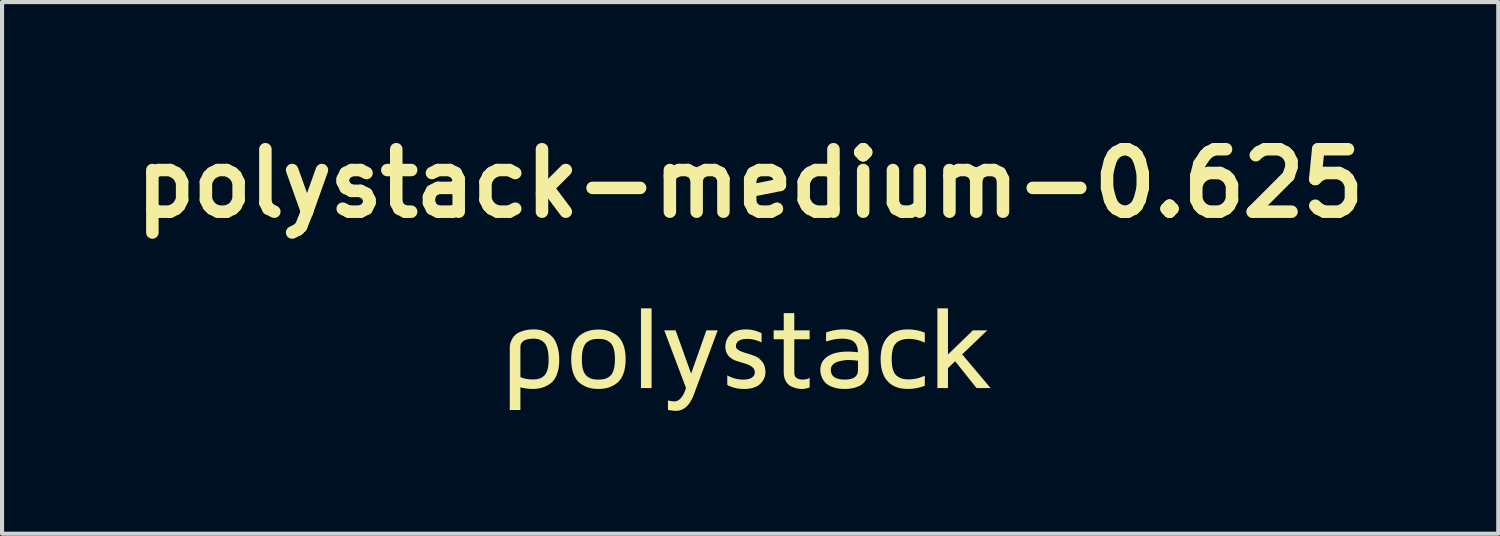
<source format=kicad_pcb>
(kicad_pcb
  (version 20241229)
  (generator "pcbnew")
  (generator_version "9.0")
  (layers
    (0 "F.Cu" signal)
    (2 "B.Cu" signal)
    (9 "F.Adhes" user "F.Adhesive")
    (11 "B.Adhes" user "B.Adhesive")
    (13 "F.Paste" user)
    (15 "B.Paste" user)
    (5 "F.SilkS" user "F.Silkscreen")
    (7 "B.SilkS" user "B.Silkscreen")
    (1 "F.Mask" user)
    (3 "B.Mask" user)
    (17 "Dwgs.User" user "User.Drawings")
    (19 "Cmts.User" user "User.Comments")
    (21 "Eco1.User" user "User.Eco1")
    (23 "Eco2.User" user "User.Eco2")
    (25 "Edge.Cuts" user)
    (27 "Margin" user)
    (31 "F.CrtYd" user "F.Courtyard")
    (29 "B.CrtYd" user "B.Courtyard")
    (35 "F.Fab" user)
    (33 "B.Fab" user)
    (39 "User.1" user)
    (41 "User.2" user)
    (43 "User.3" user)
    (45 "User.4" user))
  (footprint "polystack-medium-0.625"
    (layer "F.Cu")
    (at 15.255 5.724)
    (property "Reference" "polystack-medium-0.625" (at 0 -4.298 0) (layer "F.SilkS") (effects (font (size 1.524 1.524) (thickness 0.305))))
    (attr smd)
    (fp_poly (pts (xy -2.665 0.695) (xy -2.665 -1.25) (xy -2.406 -1.25) (xy -2.406 0.695) (xy -2.665 0.695)) (stroke (width 0) (type solid)) (fill yes) (layer "F.SilkS"))
    (fp_poly (pts (xy 4.568 0.695) (xy 4.568 -1.25) (xy 4.826 -1.25) (xy 4.826 -0.124) (xy 5.435 -0.714) (xy 5.785 -0.714) (xy 5.173 -0.127) (xy 5.866 0.695) (xy 5.523 0.695) (xy 5.001 0.04) (xy 4.826 0.209) (xy 4.826 0.695) (xy 4.568 0.695)) (stroke (width 0) (type solid)) (fill yes) (layer "F.SilkS"))
    (fp_poly (pts (xy 0.573 -0.496) (xy 0.573 -0.714) (xy 0.819 -0.714) (xy 0.819 -1.134) (xy 1.076 -1.134) (xy 1.076 -0.714) (xy 1.451 -0.714) (xy 1.451 -0.496) (xy 1.076 -0.496) (xy 1.076 0.322) (xy 1.077 0.337) (xy 1.078 0.351) (xy 1.08 0.364) (xy 1.083 0.377) (xy 1.087 0.389) (xy 1.092 0.4) (xy 1.097 0.411) (xy 1.104 0.421) (xy 1.111 0.43) (xy 1.119 0.439) (xy 1.128 0.446) (xy 1.138 0.454) (xy 1.149 0.46) (xy 1.161 0.466) (xy 1.173 0.471) (xy 1.186 0.476) (xy 1.2 0.479) (xy 1.216 0.482) (xy 1.231 0.485) (xy 1.248 0.486) (xy 1.266 0.487) (xy 1.284 0.488) (xy 1.287 0.488) (xy 1.306 0.487) (xy 1.325 0.486) (xy 1.342 0.484) (xy 1.36 0.481) (xy 1.376 0.477) (xy 1.392 0.473) (xy 1.408 0.468) (xy 1.423 0.461) (xy 1.437 0.454) (xy 1.451 0.446) (xy 1.451 0.678) (xy 1.435 0.684) (xy 1.419 0.69) (xy 1.403 0.695) (xy 1.387 0.699) (xy 1.371 0.703) (xy 1.355 0.707) (xy 1.339 0.71) (xy 1.322 0.712) (xy 1.306 0.714) (xy 1.29 0.716) (xy 1.274 0.716) (xy 1.258 0.717) (xy 1.251 0.717) (xy 1.237 0.716) (xy 1.222 0.716) (xy 1.206 0.714) (xy 1.191 0.713) (xy 1.175 0.71) (xy 1.159 0.707) (xy 1.142 0.704) (xy 1.129 0.701) (xy 1.116 0.697) (xy 1.101 0.693) (xy 1.086 0.688) (xy 1.071 0.683) (xy 1.055 0.677) (xy 1.038 0.671) (xy 1.021 0.664) (xy 1.003 0.656) (xy 0.989 0.649) (xy 0.975 0.641) (xy 0.962 0.632) (xy 0.949 0.622) (xy 0.936 0.611) (xy 0.924 0.6) (xy 0.913 0.587) (xy 0.902 0.574) (xy 0.891 0.56) (xy 0.881 0.545) (xy 0.871 0.529) (xy 0.864 0.516) (xy 0.857 0.502) (xy 0.851 0.488) (xy 0.845 0.474) (xy 0.84 0.459) (xy 0.836 0.443) (xy 0.832 0.428) (xy 0.828 0.411) (xy 0.825 0.395) (xy 0.823 0.377) (xy 0.821 0.36) (xy 0.82 0.342) (xy 0.819 0.323) (xy 0.819 0.305) (xy 0.819 -0.496) (xy 0.573 -0.496) (xy 0.573 -0.496)) (stroke (width 0) (type solid)) (fill yes) (layer "F.SilkS"))
    (fp_poly (pts (xy -2.097 -0.714) (xy -1.82 -0.714) (xy -1.441 0.342) (xy -1.069 -0.714) (xy -0.792 -0.714) (xy -1.371 0.845) (xy -1.379 0.864) (xy -1.386 0.883) (xy -1.394 0.902) (xy -1.402 0.92) (xy -1.41 0.938) (xy -1.418 0.955) (xy -1.426 0.971) (xy -1.435 0.987) (xy -1.444 1.003) (xy -1.453 1.018) (xy -1.462 1.033) (xy -1.471 1.047) (xy -1.48 1.061) (xy -1.49 1.074) (xy -1.499 1.087) (xy -1.509 1.099) (xy -1.519 1.111) (xy -1.529 1.122) (xy -1.54 1.133) (xy -1.55 1.144) (xy -1.561 1.153) (xy -1.572 1.163) (xy -1.583 1.172) (xy -1.594 1.18) (xy -1.605 1.188) (xy -1.617 1.196) (xy -1.628 1.203) (xy -1.64 1.209) (xy -1.652 1.215) (xy -1.664 1.221) (xy -1.676 1.226) (xy -1.689 1.23) (xy -1.701 1.234) (xy -1.714 1.238) (xy -1.727 1.241) (xy -1.74 1.244) (xy -1.753 1.246) (xy -1.767 1.248) (xy -1.78 1.249) (xy -1.794 1.25) (xy -1.808 1.25) (xy -1.809 1.25) (xy -1.825 1.25) (xy -1.841 1.249) (xy -1.857 1.248) (xy -1.873 1.247) (xy -1.889 1.246) (xy -1.905 1.244) (xy -1.922 1.242) (xy -1.939 1.24) (xy -1.955 1.237) (xy -1.972 1.235) (xy -1.989 1.231) (xy -2.006 1.228) (xy -2.006 0.996) (xy -1.99 1.001) (xy -1.973 1.004) (xy -1.957 1.008) (xy -1.941 1.011) (xy -1.925 1.013) (xy -1.909 1.015) (xy -1.893 1.017) (xy -1.878 1.018) (xy -1.863 1.019) (xy -1.848 1.02) (xy -1.836 1.019) (xy -1.825 1.018) (xy -1.814 1.017) (xy -1.802 1.014) (xy -1.791 1.011) (xy -1.781 1.007) (xy -1.77 1.002) (xy -1.759 0.997) (xy -1.749 0.99) (xy -1.739 0.984) (xy -1.729 0.976) (xy -1.719 0.968) (xy -1.709 0.959) (xy -1.699 0.949) (xy -1.69 0.938) (xy -1.68 0.927) (xy -1.671 0.915) (xy -1.662 0.903) (xy -1.653 0.889) (xy -1.645 0.875) (xy -1.636 0.86) (xy -1.628 0.845) (xy -1.619 0.829) (xy -1.611 0.812) (xy -1.603 0.794) (xy -1.595 0.775) (xy -1.588 0.756) (xy -1.58 0.736) (xy -1.573 0.716) (xy -1.565 0.695) (xy -2.097 -0.714) (xy -2.097 -0.714)) (stroke (width 0) (type solid)) (fill yes) (layer "F.SilkS"))
    (fp_poly (pts (xy 3.354 0.529) (xy 3.345 0.518) (xy 3.335 0.507) (xy 3.326 0.496) (xy 3.317 0.484) (xy 3.309 0.472) (xy 3.301 0.46) (xy 3.293 0.448) (xy 3.285 0.435) (xy 3.278 0.422) (xy 3.27 0.409) (xy 3.264 0.395) (xy 3.257 0.381) (xy 3.251 0.367) (xy 3.245 0.353) (xy 3.239 0.338) (xy 3.234 0.323) (xy 3.228 0.308) (xy 3.224 0.293) (xy 3.219 0.277) (xy 3.215 0.261) (xy 3.211 0.245) (xy 3.207 0.228) (xy 3.203 0.211) (xy 3.2 0.194) (xy 3.197 0.177) (xy 3.195 0.159) (xy 3.192 0.142) (xy 3.19 0.123) (xy 3.188 0.105) (xy 3.187 0.086) (xy 3.186 0.067) (xy 3.185 0.048) (xy 3.184 0.029) (xy 3.183 0.009) (xy 3.183 -0.011) (xy 3.183 -0.031) (xy 3.184 -0.051) (xy 3.185 -0.07) (xy 3.186 -0.089) (xy 3.187 -0.108) (xy 3.188 -0.127) (xy 3.19 -0.145) (xy 3.192 -0.164) (xy 3.195 -0.181) (xy 3.197 -0.199) (xy 3.2 -0.216) (xy 3.203 -0.233) (xy 3.207 -0.25) (xy 3.211 -0.267) (xy 3.215 -0.283) (xy 3.219 -0.299) (xy 3.224 -0.314) (xy 3.228 -0.33) (xy 3.234 -0.345) (xy 3.239 -0.36) (xy 3.245 -0.374) (xy 3.251 -0.389) (xy 3.257 -0.403) (xy 3.264 -0.416) (xy 3.27 -0.43) (xy 3.278 -0.443) (xy 3.285 -0.456) (xy 3.293 -0.469) (xy 3.301 -0.481) (xy 3.309 -0.493) (xy 3.317 -0.505) (xy 3.326 -0.517) (xy 3.335 -0.528) (xy 3.345 -0.539) (xy 3.354 -0.55) (xy 3.365 -0.561) (xy 3.375 -0.572) (xy 3.386 -0.582) (xy 3.398 -0.592) (xy 3.409 -0.602) (xy 3.421 -0.611) (xy 3.433 -0.62) (xy 3.446 -0.629) (xy 3.459 -0.637) (xy 3.471 -0.646) (xy 3.485 -0.653) (xy 3.498 -0.661) (xy 3.512 -0.668) (xy 3.526 -0.674) (xy 3.541 -0.681) (xy 3.555 -0.687) (xy 3.57 -0.692) (xy 3.585 -0.697) (xy 3.601 -0.702) (xy 3.616 -0.707) (xy 3.632 -0.711) (xy 3.649 -0.715) (xy 3.665 -0.719) (xy 3.682 -0.722) (xy 3.699 -0.725) (xy 3.717 -0.728) (xy 3.734 -0.73) (xy 3.752 -0.732) (xy 3.77 -0.733) (xy 3.789 -0.734) (xy 3.808 -0.735) (xy 3.827 -0.736) (xy 3.846 -0.736) (xy 3.863 -0.736) (xy 3.88 -0.735) (xy 3.897 -0.735) (xy 3.915 -0.734) (xy 3.931 -0.733) (xy 3.948 -0.731) (xy 3.965 -0.73) (xy 3.982 -0.728) (xy 3.999 -0.726) (xy 4.016 -0.723) (xy 4.032 -0.721) (xy 4.049 -0.718) (xy 4.066 -0.715) (xy 4.082 -0.711) (xy 4.099 -0.708) (xy 4.115 -0.704) (xy 4.131 -0.7) (xy 4.148 -0.695) (xy 4.164 -0.691) (xy 4.18 -0.686) (xy 4.197 -0.68) (xy 4.213 -0.675) (xy 4.229 -0.669) (xy 4.245 -0.663) (xy 4.261 -0.657) (xy 4.261 -0.412) (xy 4.245 -0.42) (xy 4.229 -0.427) (xy 4.213 -0.434) (xy 4.197 -0.44) (xy 4.181 -0.446) (xy 4.165 -0.452) (xy 4.149 -0.458) (xy 4.133 -0.463) (xy 4.117 -0.468) (xy 4.101 -0.473) (xy 4.084 -0.477) (xy 4.068 -0.481) (xy 4.052 -0.485) (xy 4.036 -0.488) (xy 4.02 -0.491) (xy 4.004 -0.494) (xy 3.987 -0.497) (xy 3.971 -0.499) (xy 3.955 -0.5) (xy 3.939 -0.502) (xy 3.923 -0.503) (xy 3.906 -0.504) (xy 3.89 -0.504) (xy 3.874 -0.504) (xy 3.868 -0.504) (xy 3.849 -0.504) (xy 3.83 -0.503) (xy 3.812 -0.502) (xy 3.794 -0.5) (xy 3.776 -0.498) (xy 3.759 -0.495) (xy 3.742 -0.492) (xy 3.726 -0.488) (xy 3.71 -0.484) (xy 3.695 -0.479) (xy 3.68 -0.474) (xy 3.665 -0.468) (xy 3.651 -0.462) (xy 3.637 -0.455) (xy 3.624 -0.448) (xy 3.611 -0.44) (xy 3.599 -0.432) (xy 3.586 -0.423) (xy 3.575 -0.414) (xy 3.564 -0.404) (xy 3.555 -0.396) (xy 3.547 -0.387) (xy 3.54 -0.378) (xy 3.532 -0.369) (xy 3.525 -0.358) (xy 3.519 -0.348) (xy 3.512 -0.336) (xy 3.506 -0.324) (xy 3.5 -0.312) (xy 3.495 -0.299) (xy 3.49 -0.285) (xy 3.485 -0.271) (xy 3.481 -0.256) (xy 3.477 -0.241) (xy 3.473 -0.225) (xy 3.47 -0.208) (xy 3.467 -0.191) (xy 3.464 -0.173) (xy 3.461 -0.155) (xy 3.459 -0.136) (xy 3.457 -0.117) (xy 3.456 -0.097) (xy 3.455 -0.076) (xy 3.454 -0.055) (xy 3.454 -0.033) (xy 3.453 -0.011) (xy 3.454 0.009) (xy 3.454 0.03) (xy 3.455 0.049) (xy 3.456 0.068) (xy 3.457 0.087) (xy 3.458 0.105) (xy 3.46 0.123) (xy 3.462 0.14) (xy 3.465 0.157) (xy 3.467 0.173) (xy 3.47 0.189) (xy 3.474 0.205) (xy 3.477 0.22) (xy 3.481 0.234) (xy 3.485 0.248) (xy 3.491 0.266) (xy 3.498 0.283) (xy 3.505 0.3) (xy 3.513 0.315) (xy 3.521 0.33) (xy 3.53 0.344) (xy 3.539 0.357) (xy 3.549 0.369) (xy 3.559 0.38) (xy 3.57 0.39) (xy 3.582 0.4) (xy 3.596 0.41) (xy 3.61 0.42) (xy 3.625 0.429) (xy 3.639 0.437) (xy 3.653 0.445) (xy 3.668 0.451) (xy 3.682 0.457) (xy 3.697 0.462) (xy 3.711 0.466) (xy 3.725 0.469) (xy 3.739 0.472) (xy 3.753 0.474) (xy 3.768 0.476) (xy 3.783 0.478) (xy 3.799 0.48) (xy 3.816 0.481) (xy 3.833 0.482) (xy 3.85 0.482) (xy 3.868 0.482) (xy 3.885 0.482) (xy 3.902 0.482) (xy 3.919 0.481) (xy 3.935 0.48) (xy 3.952 0.478) (xy 3.969 0.477) (xy 3.985 0.475) (xy 4.002 0.472) (xy 4.018 0.47) (xy 4.035 0.467) (xy 4.051 0.464) (xy 4.068 0.46) (xy 4.084 0.456) (xy 4.1 0.452) (xy 4.117 0.447) (xy 4.133 0.443) (xy 4.149 0.437) (xy 4.165 0.432) (xy 4.181 0.426) (xy 4.197 0.42) (xy 4.213 0.414) (xy 4.229 0.407) (xy 4.245 0.4) (xy 4.261 0.393) (xy 4.261 0.638) (xy 4.245 0.644) (xy 4.229 0.65) (xy 4.213 0.656) (xy 4.197 0.661) (xy 4.18 0.666) (xy 4.164 0.671) (xy 4.148 0.676) (xy 4.131 0.68) (xy 4.115 0.684) (xy 4.099 0.688) (xy 4.082 0.692) (xy 4.066 0.695) (xy 4.049 0.698) (xy 4.032 0.701) (xy 4.016 0.704) (xy 3.999 0.706) (xy 3.982 0.709) (xy 3.965 0.71) (xy 3.948 0.712) (xy 3.931 0.713) (xy 3.915 0.715) (xy 3.897 0.715) (xy 3.88 0.716) (xy 3.863 0.716) (xy 3.846 0.717) (xy 3.827 0.716) (xy 3.808 0.716) (xy 3.789 0.715) (xy 3.77 0.714) (xy 3.752 0.712) (xy 3.734 0.71) (xy 3.717 0.708) (xy 3.699 0.706) (xy 3.682 0.703) (xy 3.665 0.699) (xy 3.649 0.696) (xy 3.632 0.692) (xy 3.616 0.688) (xy 3.601 0.683) (xy 3.585 0.678) (xy 3.57 0.673) (xy 3.555 0.667) (xy 3.541 0.661) (xy 3.526 0.654) (xy 3.512 0.648) (xy 3.498 0.641) (xy 3.485 0.633) (xy 3.471 0.626) (xy 3.459 0.617) (xy 3.446 0.609) (xy 3.433 0.6) (xy 3.421 0.591) (xy 3.409 0.582) (xy 3.398 0.572) (xy 3.386 0.562) (xy 3.375 0.551) (xy 3.365 0.54) (xy 3.354 0.529) (xy 3.354 0.529)) (stroke (width 0) (type solid)) (fill yes) (layer "F.SilkS"))
    (fp_poly (pts (xy -5.866 1.231) (xy -5.866 -0.282) (xy -5.509 -0.467) (xy -5.521 -0.461) (xy -5.531 -0.454) (xy -5.541 -0.446) (xy -5.55 -0.439) (xy -5.559 -0.431) (xy -5.566 -0.422) (xy -5.573 -0.413) (xy -5.58 -0.404) (xy -5.586 -0.394) (xy -5.591 -0.384) (xy -5.595 -0.373) (xy -5.599 -0.362) (xy -5.602 -0.35) (xy -5.604 -0.338) (xy -5.606 -0.325) (xy -5.607 -0.312) (xy -5.607 -0.299) (xy -5.607 0.429) (xy -5.607 0.429) (xy -5.591 0.435) (xy -5.575 0.44) (xy -5.558 0.446) (xy -5.542 0.451) (xy -5.526 0.456) (xy -5.509 0.46) (xy -5.493 0.464) (xy -5.476 0.468) (xy -5.459 0.471) (xy -5.443 0.474) (xy -5.426 0.476) (xy -5.409 0.479) (xy -5.393 0.481) (xy -5.376 0.482) (xy -5.359 0.483) (xy -5.342 0.484) (xy -5.325 0.485) (xy -5.308 0.485) (xy -5.289 0.485) (xy -5.271 0.484) (xy -5.253 0.483) (xy -5.236 0.482) (xy -5.22 0.48) (xy -5.204 0.478) (xy -5.189 0.475) (xy -5.175 0.472) (xy -5.161 0.468) (xy -5.145 0.464) (xy -5.13 0.458) (xy -5.115 0.452) (xy -5.099 0.444) (xy -5.084 0.436) (xy -5.069 0.427) (xy -5.054 0.416) (xy -5.039 0.405) (xy -5.029 0.396) (xy -5.019 0.386) (xy -5.009 0.376) (xy -5 0.364) (xy -4.992 0.352) (xy -4.983 0.338) (xy -4.976 0.324) (xy -4.969 0.309) (xy -4.962 0.293) (xy -4.956 0.277) (xy -4.95 0.259) (xy -4.946 0.245) (xy -4.942 0.231) (xy -4.939 0.217) (xy -4.935 0.202) (xy -4.932 0.186) (xy -4.93 0.17) (xy -4.927 0.154) (xy -4.925 0.137) (xy -4.923 0.119) (xy -4.922 0.102) (xy -4.92 0.083) (xy -4.919 0.065) (xy -4.919 0.045) (xy -4.918 0.026) (xy -4.918 0.005) (xy -4.918 -0.015) (xy -4.919 -0.035) (xy -4.919 -0.054) (xy -4.92 -0.073) (xy -4.921 -0.092) (xy -4.923 -0.11) (xy -4.924 -0.127) (xy -4.926 -0.144) (xy -4.928 -0.161) (xy -4.931 -0.177) (xy -4.933 -0.193) (xy -4.936 -0.209) (xy -4.939 -0.224) (xy -4.942 -0.238) (xy -4.946 -0.252) (xy -4.95 -0.266) (xy -4.956 -0.285) (xy -4.962 -0.304) (xy -4.968 -0.321) (xy -4.976 -0.337) (xy -4.983 -0.353) (xy -4.991 -0.367) (xy -5 -0.381) (xy -5.009 -0.393) (xy -5.018 -0.404) (xy -5.028 -0.415) (xy -5.038 -0.424) (xy -5.053 -0.436) (xy -5.067 -0.447) (xy -5.081 -0.457) (xy -5.096 -0.466) (xy -5.11 -0.474) (xy -5.124 -0.481) (xy -5.138 -0.487) (xy -5.152 -0.492) (xy -5.167 -0.496) (xy -5.182 -0.5) (xy -5.197 -0.503) (xy -5.213 -0.505) (xy -5.23 -0.507) (xy -5.247 -0.509) (xy -5.264 -0.51) (xy -5.282 -0.51) (xy -5.303 -0.51) (xy -5.323 -0.509) (xy -5.342 -0.508) (xy -5.361 -0.506) (xy -5.378 -0.504) (xy -5.396 -0.502) (xy -5.412 -0.499) (xy -5.428 -0.496) (xy -5.443 -0.492) (xy -5.458 -0.488) (xy -5.472 -0.483) (xy -5.485 -0.478) (xy -5.498 -0.473) (xy -5.509 -0.467) (xy -5.866 -0.282) (xy -5.866 -0.298) (xy -5.865 -0.313) (xy -5.864 -0.328) (xy -5.863 -0.343) (xy -5.861 -0.357) (xy -5.858 -0.372) (xy -5.855 -0.386) (xy -5.851 -0.4) (xy -5.846 -0.415) (xy -5.84 -0.432) (xy -5.834 -0.449) (xy -5.826 -0.467) (xy -5.817 -0.486) (xy -5.809 -0.502) (xy -5.8 -0.516) (xy -5.791 -0.531) (xy -5.781 -0.544) (xy -5.771 -0.558) (xy -5.76 -0.571) (xy -5.749 -0.584) (xy -5.737 -0.596) (xy -5.724 -0.608) (xy -5.714 -0.616) (xy -5.703 -0.625) (xy -5.692 -0.633) (xy -5.679 -0.641) (xy -5.666 -0.649) (xy -5.652 -0.656) (xy -5.637 -0.664) (xy -5.621 -0.671) (xy -5.605 -0.678) (xy -5.588 -0.684) (xy -5.57 -0.691) (xy -5.551 -0.697) (xy -5.536 -0.702) (xy -5.521 -0.706) (xy -5.506 -0.71) (xy -5.491 -0.714) (xy -5.475 -0.718) (xy -5.459 -0.721) (xy -5.442 -0.724) (xy -5.426 -0.726) (xy -5.409 -0.728) (xy -5.392 -0.73) (xy -5.374 -0.732) (xy -5.356 -0.733) (xy -5.338 -0.735) (xy -5.32 -0.735) (xy -5.301 -0.736) (xy -5.282 -0.736) (xy -5.265 -0.736) (xy -5.247 -0.735) (xy -5.23 -0.734) (xy -5.213 -0.733) (xy -5.196 -0.732) (xy -5.179 -0.73) (xy -5.162 -0.728) (xy -5.146 -0.725) (xy -5.129 -0.722) (xy -5.115 -0.719) (xy -5.101 -0.716) (xy -5.087 -0.712) (xy -5.072 -0.708) (xy -5.058 -0.703) (xy -5.043 -0.697) (xy -5.028 -0.691) (xy -5.012 -0.684) (xy -4.997 -0.677) (xy -4.981 -0.669) (xy -4.965 -0.66) (xy -4.95 -0.652) (xy -4.936 -0.643) (xy -4.922 -0.634) (xy -4.908 -0.625) (xy -4.895 -0.615) (xy -4.882 -0.605) (xy -4.869 -0.594) (xy -4.857 -0.583) (xy -4.845 -0.571) (xy -4.833 -0.56) (xy -4.822 -0.547) (xy -4.811 -0.535) (xy -4.802 -0.524) (xy -4.794 -0.513) (xy -4.786 -0.501) (xy -4.778 -0.489) (xy -4.77 -0.476) (xy -4.762 -0.463) (xy -4.755 -0.449) (xy -4.748 -0.434) (xy -4.741 -0.419) (xy -4.734 -0.404) (xy -4.728 -0.387) (xy -4.721 -0.371) (xy -4.715 -0.353) (xy -4.709 -0.335) (xy -4.703 -0.317) (xy -4.699 -0.302) (xy -4.694 -0.287) (xy -4.69 -0.272) (xy -4.687 -0.256) (xy -4.683 -0.241) (xy -4.68 -0.225) (xy -4.677 -0.208) (xy -4.674 -0.192) (xy -4.671 -0.175) (xy -4.669 -0.158) (xy -4.667 -0.141) (xy -4.665 -0.124) (xy -4.664 -0.106) (xy -4.662 -0.088) (xy -4.661 -0.07) (xy -4.66 -0.051) (xy -4.66 -0.033) (xy -4.659 -0.014) (xy -4.659 0.005) (xy -4.659 0.025) (xy -4.66 0.045) (xy -4.66 0.064) (xy -4.661 0.083) (xy -4.662 0.102) (xy -4.664 0.12) (xy -4.666 0.138) (xy -4.668 0.156) (xy -4.67 0.174) (xy -4.672 0.191) (xy -4.675 0.208) (xy -4.678 0.225) (xy -4.681 0.242) (xy -4.685 0.258) (xy -4.689 0.274) (xy -4.693 0.289) (xy -4.697 0.305) (xy -4.702 0.32) (xy -4.707 0.335) (xy -4.712 0.349) (xy -4.717 0.364) (xy -4.724 0.382) (xy -4.732 0.399) (xy -4.74 0.416) (xy -4.748 0.433) (xy -4.757 0.449) (xy -4.766 0.464) (xy -4.775 0.478) (xy -4.785 0.492) (xy -4.795 0.506) (xy -4.805 0.518) (xy -4.816 0.531) (xy -4.827 0.542) (xy -4.838 0.553) (xy -4.85 0.564) (xy -4.862 0.574) (xy -4.874 0.583) (xy -4.889 0.593) (xy -4.903 0.603) (xy -4.917 0.612) (xy -4.932 0.621) (xy -4.947 0.629) (xy -4.961 0.637) (xy -4.976 0.645) (xy -4.99 0.652) (xy -5.005 0.658) (xy -5.02 0.665) (xy -5.035 0.671) (xy -5.05 0.676) (xy -5.065 0.681) (xy -5.079 0.686) (xy -5.094 0.69) (xy -5.109 0.694) (xy -5.125 0.698) (xy -5.14 0.701) (xy -5.156 0.704) (xy -5.172 0.707) (xy -5.188 0.709) (xy -5.205 0.711) (xy -5.221 0.713) (xy -5.238 0.714) (xy -5.255 0.715) (xy -5.273 0.716) (xy -5.29 0.716) (xy -5.308 0.717) (xy -5.325 0.716) (xy -5.343 0.716) (xy -5.36 0.715) (xy -5.377 0.714) (xy -5.394 0.713) (xy -5.411 0.712) (xy -5.427 0.71) (xy -5.444 0.708) (xy -5.461 0.706) (xy -5.477 0.704) (xy -5.494 0.701) (xy -5.51 0.698) (xy -5.527 0.695) (xy -5.543 0.692) (xy -5.559 0.688) (xy -5.575 0.684) (xy -5.591 0.68) (xy -5.607 0.675) (xy -5.607 1.231) (xy -5.866 1.231) (xy -5.866 1.231)) (stroke (width 0) (type solid)) (fill yes) (layer "F.SilkS"))
    (fp_poly (pts (xy -0.605 -0.316) (xy -0.605 -0.333) (xy -0.604 -0.35) (xy -0.602 -0.367) (xy -0.6 -0.383) (xy -0.597 -0.4) (xy -0.594 -0.416) (xy -0.59 -0.432) (xy -0.585 -0.447) (xy -0.58 -0.462) (xy -0.574 -0.477) (xy -0.567 -0.492) (xy -0.56 -0.507) (xy -0.553 -0.521) (xy -0.544 -0.535) (xy -0.535 -0.549) (xy -0.526 -0.562) (xy -0.515 -0.575) (xy -0.504 -0.588) (xy -0.493 -0.601) (xy -0.481 -0.613) (xy -0.471 -0.623) (xy -0.46 -0.632) (xy -0.449 -0.641) (xy -0.437 -0.649) (xy -0.426 -0.657) (xy -0.413 -0.665) (xy -0.4 -0.672) (xy -0.387 -0.679) (xy -0.374 -0.686) (xy -0.36 -0.692) (xy -0.345 -0.697) (xy -0.33 -0.703) (xy -0.315 -0.708) (xy -0.299 -0.712) (xy -0.283 -0.716) (xy -0.267 -0.72) (xy -0.25 -0.723) (xy -0.232 -0.726) (xy -0.215 -0.729) (xy -0.197 -0.731) (xy -0.178 -0.733) (xy -0.159 -0.734) (xy -0.139 -0.735) (xy -0.12 -0.736) (xy -0.099 -0.736) (xy -0.083 -0.736) (xy -0.066 -0.735) (xy -0.049 -0.734) (xy -0.033 -0.733) (xy -0.016 -0.732) (xy 0.000344 -0.73) (xy 0.017 -0.727) (xy 0.033 -0.725) (xy 0.05 -0.722) (xy 0.066 -0.718) (xy 0.083 -0.715) (xy 0.099 -0.711) (xy 0.116 -0.706) (xy 0.132 -0.702) (xy 0.148 -0.697) (xy 0.165 -0.691) (xy 0.181 -0.685) (xy 0.197 -0.679) (xy 0.213 -0.673) (xy 0.23 -0.666) (xy 0.246 -0.659) (xy 0.262 -0.651) (xy 0.278 -0.644) (xy 0.278 -0.42) (xy 0.261 -0.428) (xy 0.244 -0.436) (xy 0.226 -0.443) (xy 0.209 -0.449) (xy 0.192 -0.456) (xy 0.175 -0.461) (xy 0.158 -0.467) (xy 0.142 -0.472) (xy 0.125 -0.477) (xy 0.108 -0.481) (xy 0.092 -0.485) (xy 0.076 -0.489) (xy 0.059 -0.492) (xy 0.043 -0.495) (xy 0.027 -0.497) (xy 0.011 -0.5) (xy -0.005 -0.501) (xy -0.021 -0.503) (xy -0.036 -0.504) (xy -0.052 -0.504) (xy -0.068 -0.504) (xy -0.088 -0.504) (xy -0.107 -0.503) (xy -0.126 -0.502) (xy -0.144 -0.5) (xy -0.162 -0.498) (xy -0.178 -0.495) (xy -0.194 -0.492) (xy -0.209 -0.489) (xy -0.223 -0.484) (xy -0.236 -0.48) (xy -0.249 -0.474) (xy -0.261 -0.469) (xy -0.272 -0.463) (xy -0.282 -0.456) (xy -0.292 -0.449) (xy -0.301 -0.441) (xy -0.309 -0.433) (xy -0.316 -0.424) (xy -0.323 -0.415) (xy -0.328 -0.405) (xy -0.333 -0.395) (xy -0.338 -0.385) (xy -0.341 -0.373) (xy -0.344 -0.362) (xy -0.346 -0.35) (xy -0.347 -0.337) (xy -0.347 -0.324) (xy -0.346 -0.311) (xy -0.344 -0.298) (xy -0.339 -0.286) (xy -0.333 -0.275) (xy -0.324 -0.264) (xy -0.314 -0.253) (xy -0.302 -0.243) (xy -0.288 -0.234) (xy -0.273 -0.225) (xy -0.259 -0.218) (xy -0.245 -0.211) (xy -0.23 -0.204) (xy -0.215 -0.198) (xy -0.199 -0.191) (xy -0.183 -0.185) (xy -0.166 -0.179) (xy -0.149 -0.173) (xy -0.131 -0.167) (xy -0.112 -0.161) (xy -0.094 -0.156) (xy -0.078 -0.151) (xy -0.061 -0.146) (xy -0.045 -0.142) (xy -0.029 -0.137) (xy -0.013 -0.131) (xy 0.003 -0.126) (xy 0.019 -0.121) (xy 0.035 -0.115) (xy 0.051 -0.109) (xy 0.067 -0.103) (xy 0.084 -0.097) (xy 0.1 -0.091) (xy 0.116 -0.084) (xy 0.131 -0.078) (xy 0.145 -0.071) (xy 0.16 -0.064) (xy 0.174 -0.056) (xy 0.188 -0.047) (xy 0.201 -0.038) (xy 0.214 -0.028) (xy 0.227 -0.018) (xy 0.239 -0.007) (xy 0.251 0.005) (xy 0.263 0.017) (xy 0.274 0.029) (xy 0.285 0.043) (xy 0.296 0.056) (xy 0.305 0.069) (xy 0.314 0.082) (xy 0.322 0.095) (xy 0.329 0.109) (xy 0.336 0.123) (xy 0.342 0.137) (xy 0.348 0.152) (xy 0.353 0.167) (xy 0.358 0.183) (xy 0.361 0.199) (xy 0.365 0.215) (xy 0.367 0.232) (xy 0.369 0.249) (xy 0.371 0.266) (xy 0.372 0.284) (xy 0.372 0.302) (xy 0.372 0.319) (xy 0.371 0.335) (xy 0.369 0.352) (xy 0.367 0.368) (xy 0.364 0.384) (xy 0.361 0.399) (xy 0.356 0.415) (xy 0.352 0.43) (xy 0.346 0.445) (xy 0.34 0.46) (xy 0.333 0.474) (xy 0.326 0.488) (xy 0.318 0.502) (xy 0.309 0.516) (xy 0.3 0.53) (xy 0.29 0.543) (xy 0.279 0.556) (xy 0.268 0.569) (xy 0.256 0.582) (xy 0.244 0.594) (xy 0.234 0.603) (xy 0.223 0.612) (xy 0.212 0.621) (xy 0.201 0.629) (xy 0.189 0.637) (xy 0.177 0.644) (xy 0.165 0.651) (xy 0.152 0.658) (xy 0.138 0.664) (xy 0.125 0.67) (xy 0.11 0.676) (xy 0.096 0.681) (xy 0.081 0.686) (xy 0.065 0.69) (xy 0.049 0.695) (xy 0.033 0.698) (xy 0.016 0.702) (xy -0.001 0.705) (xy -0.018 0.708) (xy -0.036 0.71) (xy -0.055 0.712) (xy -0.074 0.714) (xy -0.093 0.715) (xy -0.112 0.716) (xy -0.132 0.716) (xy -0.153 0.717) (xy -0.171 0.716) (xy -0.189 0.716) (xy -0.207 0.715) (xy -0.224 0.714) (xy -0.242 0.713) (xy -0.259 0.711) (xy -0.276 0.709) (xy -0.293 0.707) (xy -0.31 0.704) (xy -0.326 0.701) (xy -0.343 0.698) (xy -0.359 0.694) (xy -0.376 0.69) (xy -0.392 0.686) (xy -0.408 0.681) (xy -0.424 0.676) (xy -0.439 0.671) (xy -0.455 0.666) (xy -0.47 0.66) (xy -0.485 0.654) (xy -0.501 0.648) (xy -0.516 0.641) (xy -0.53 0.634) (xy -0.545 0.626) (xy -0.559 0.619) (xy -0.559 0.384) (xy -0.544 0.393) (xy -0.529 0.401) (xy -0.513 0.409) (xy -0.498 0.416) (xy -0.482 0.423) (xy -0.466 0.43) (xy -0.451 0.436) (xy -0.435 0.442) (xy -0.419 0.447) (xy -0.403 0.453) (xy -0.387 0.457) (xy -0.37 0.462) (xy -0.354 0.466) (xy -0.338 0.47) (xy -0.321 0.473) (xy -0.305 0.476) (xy -0.288 0.479) (xy -0.271 0.481) (xy -0.255 0.483) (xy -0.238 0.485) (xy -0.221 0.486) (xy -0.204 0.487) (xy -0.187 0.488) (xy -0.169 0.488) (xy -0.164 0.488) (xy -0.144 0.488) (xy -0.124 0.487) (xy -0.105 0.485) (xy -0.087 0.483) (xy -0.07 0.481) (xy -0.053 0.478) (xy -0.037 0.474) (xy -0.022 0.47) (xy -0.008 0.465) (xy 0.005 0.459) (xy 0.018 0.453) (xy 0.03 0.447) (xy 0.041 0.44) (xy 0.055 0.429) (xy 0.067 0.419) (xy 0.078 0.407) (xy 0.087 0.396) (xy 0.095 0.383) (xy 0.102 0.371) (xy 0.107 0.357) (xy 0.11 0.343) (xy 0.112 0.329) (xy 0.113 0.314) (xy 0.112 0.299) (xy 0.111 0.284) (xy 0.107 0.269) (xy 0.103 0.256) (xy 0.098 0.242) (xy 0.091 0.23) (xy 0.083 0.218) (xy 0.074 0.206) (xy 0.063 0.195) (xy 0.052 0.185) (xy 0.039 0.175) (xy 0.026 0.166) (xy 0.013 0.158) (xy 0.000001 0.15) (xy -0.014 0.142) (xy -0.028 0.135) (xy -0.043 0.127) (xy -0.058 0.121) (xy -0.073 0.114) (xy -0.09 0.108) (xy -0.106 0.103) (xy -0.123 0.097) (xy -0.141 0.092) (xy -0.157 0.088) (xy -0.173 0.083) (xy -0.19 0.078) (xy -0.206 0.073) (xy -0.222 0.068) (xy -0.239 0.063) (xy -0.255 0.058) (xy -0.271 0.053) (xy -0.287 0.048) (xy -0.304 0.042) (xy -0.32 0.037) (xy -0.336 0.032) (xy -0.353 0.026) (xy -0.369 0.02) (xy -0.384 0.014) (xy -0.4 0.007) (xy -0.414 -0.001) (xy -0.429 -0.009) (xy -0.443 -0.018) (xy -0.457 -0.027) (xy -0.47 -0.037) (xy -0.483 -0.048) (xy -0.496 -0.059) (xy -0.508 -0.07) (xy -0.52 -0.082) (xy -0.532 -0.095) (xy -0.541 -0.107) (xy -0.55 -0.119) (xy -0.558 -0.131) (xy -0.566 -0.144) (xy -0.572 -0.158) (xy -0.579 -0.171) (xy -0.584 -0.186) (xy -0.589 -0.2) (xy -0.593 -0.215) (xy -0.597 -0.231) (xy -0.6 -0.247) (xy -0.602 -0.264) (xy -0.604 -0.28) (xy -0.605 -0.298) (xy -0.605 -0.316) (xy -0.605 -0.316)) (stroke (width 0) (type solid)) (fill yes) (layer "F.SilkS"))
    (fp_poly (pts (xy 1.712 0.251) (xy 1.968 0.248) (xy 1.968 0.262) (xy 1.969 0.276) (xy 1.971 0.29) (xy 1.973 0.303) (xy 1.976 0.315) (xy 1.979 0.327) (xy 1.983 0.339) (xy 1.988 0.35) (xy 1.993 0.361) (xy 1.999 0.371) (xy 2.006 0.381) (xy 2.013 0.391) (xy 2.02 0.4) (xy 2.029 0.408) (xy 2.038 0.416) (xy 2.048 0.424) (xy 2.058 0.431) (xy 2.069 0.438) (xy 2.08 0.445) (xy 2.092 0.451) (xy 2.105 0.456) (xy 2.119 0.461) (xy 2.133 0.466) (xy 2.147 0.47) (xy 2.162 0.474) (xy 2.178 0.477) (xy 2.195 0.48) (xy 2.212 0.482) (xy 2.23 0.484) (xy 2.248 0.486) (xy 2.267 0.487) (xy 2.287 0.488) (xy 2.307 0.488) (xy 2.311 0.488) (xy 2.331 0.488) (xy 2.35 0.487) (xy 2.368 0.486) (xy 2.386 0.484) (xy 2.403 0.482) (xy 2.42 0.48) (xy 2.436 0.477) (xy 2.451 0.473) (xy 2.466 0.47) (xy 2.48 0.465) (xy 2.493 0.461) (xy 2.506 0.455) (xy 2.518 0.45) (xy 2.53 0.444) (xy 2.54 0.437) (xy 2.551 0.43) (xy 2.56 0.423) (xy 2.569 0.415) (xy 2.578 0.407) (xy 2.586 0.398) (xy 2.593 0.389) (xy 2.599 0.379) (xy 2.605 0.369) (xy 2.611 0.358) (xy 2.615 0.347) (xy 2.619 0.336) (xy 2.623 0.324) (xy 2.626 0.312) (xy 2.628 0.299) (xy 2.629 0.286) (xy 2.63 0.272) (xy 2.631 0.258) (xy 2.631 0.029) (xy 2.616 0.027) (xy 2.601 0.024) (xy 2.585 0.022) (xy 2.569 0.021) (xy 2.553 0.019) (xy 2.536 0.017) (xy 2.518 0.016) (xy 2.501 0.015) (xy 2.482 0.014) (xy 2.464 0.013) (xy 2.445 0.012) (xy 2.425 0.012) (xy 2.406 0.011) (xy 2.385 0.011) (xy 2.369 0.011) (xy 2.353 0.012) (xy 2.336 0.013) (xy 2.319 0.015) (xy 2.302 0.017) (xy 2.284 0.019) (xy 2.267 0.022) (xy 2.251 0.025) (xy 2.235 0.028) (xy 2.219 0.031) (xy 2.202 0.035) (xy 2.186 0.039) (xy 2.168 0.044) (xy 2.151 0.048) (xy 2.133 0.054) (xy 2.118 0.059) (xy 2.103 0.065) (xy 2.088 0.072) (xy 2.074 0.079) (xy 2.061 0.087) (xy 2.049 0.096) (xy 2.037 0.106) (xy 2.025 0.116) (xy 2.015 0.127) (xy 2.004 0.14) (xy 1.994 0.154) (xy 1.986 0.168) (xy 1.98 0.183) (xy 1.974 0.198) (xy 1.971 0.214) (xy 1.969 0.231) (xy 1.968 0.248) (xy 1.968 0.248) (xy 1.712 0.251) (xy 1.712 0.233) (xy 1.713 0.217) (xy 1.714 0.2) (xy 1.716 0.184) (xy 1.719 0.168) (xy 1.723 0.152) (xy 1.727 0.136) (xy 1.731 0.121) (xy 1.736 0.107) (xy 1.742 0.092) (xy 1.749 0.078) (xy 1.756 0.064) (xy 1.763 0.051) (xy 1.772 0.038) (xy 1.78 0.025) (xy 1.79 0.013) (xy 1.8 0.000389) (xy 1.811 -0.011) (xy 1.822 -0.023) (xy 1.834 -0.034) (xy 1.847 -0.045) (xy 1.86 -0.056) (xy 1.874 -0.066) (xy 1.888 -0.076) (xy 1.9 -0.084) (xy 1.912 -0.091) (xy 1.925 -0.098) (xy 1.937 -0.105) (xy 1.95 -0.112) (xy 1.964 -0.118) (xy 1.978 -0.125) (xy 1.991 -0.131) (xy 2.006 -0.136) (xy 2.02 -0.142) (xy 2.035 -0.147) (xy 2.05 -0.152) (xy 2.066 -0.156) (xy 2.082 -0.161) (xy 2.098 -0.165) (xy 2.114 -0.169) (xy 2.131 -0.172) (xy 2.148 -0.175) (xy 2.165 -0.178) (xy 2.183 -0.181) (xy 2.2 -0.184) (xy 2.219 -0.186) (xy 2.237 -0.188) (xy 2.256 -0.19) (xy 2.275 -0.191) (xy 2.294 -0.192) (xy 2.314 -0.193) (xy 2.334 -0.194) (xy 2.354 -0.194) (xy 2.374 -0.194) (xy 2.392 -0.194) (xy 2.409 -0.194) (xy 2.427 -0.194) (xy 2.444 -0.193) (xy 2.462 -0.192) (xy 2.479 -0.192) (xy 2.496 -0.191) (xy 2.513 -0.19) (xy 2.53 -0.188) (xy 2.547 -0.187) (xy 2.564 -0.185) (xy 2.581 -0.184) (xy 2.597 -0.182) (xy 2.614 -0.18) (xy 2.631 -0.178) (xy 2.629 -0.198) (xy 2.628 -0.218) (xy 2.625 -0.237) (xy 2.622 -0.256) (xy 2.619 -0.274) (xy 2.615 -0.291) (xy 2.61 -0.307) (xy 2.605 -0.323) (xy 2.599 -0.338) (xy 2.593 -0.352) (xy 2.586 -0.366) (xy 2.578 -0.379) (xy 2.57 -0.391) (xy 2.562 -0.402) (xy 2.553 -0.413) (xy 2.543 -0.423) (xy 2.533 -0.433) (xy 2.523 -0.441) (xy 2.513 -0.448) (xy 2.502 -0.455) (xy 2.491 -0.462) (xy 2.478 -0.468) (xy 2.466 -0.474) (xy 2.452 -0.479) (xy 2.438 -0.484) (xy 2.424 -0.488) (xy 2.408 -0.493) (xy 2.392 -0.496) (xy 2.376 -0.499) (xy 2.359 -0.502) (xy 2.341 -0.505) (xy 2.322 -0.506) (xy 2.303 -0.508) (xy 2.283 -0.509) (xy 2.263 -0.51) (xy 2.242 -0.51) (xy 2.226 -0.51) (xy 2.21 -0.509) (xy 2.194 -0.509) (xy 2.178 -0.508) (xy 2.161 -0.507) (xy 2.145 -0.505) (xy 2.128 -0.503) (xy 2.112 -0.501) (xy 2.095 -0.499) (xy 2.078 -0.497) (xy 2.061 -0.494) (xy 2.044 -0.491) (xy 2.027 -0.487) (xy 2.01 -0.484) (xy 1.993 -0.48) (xy 1.976 -0.476) (xy 1.958 -0.471) (xy 1.941 -0.467) (xy 1.923 -0.462) (xy 1.906 -0.457) (xy 1.888 -0.451) (xy 1.87 -0.446) (xy 1.852 -0.44) (xy 1.852 -0.66) (xy 1.868 -0.666) (xy 1.884 -0.672) (xy 1.9 -0.677) (xy 1.917 -0.682) (xy 1.933 -0.687) (xy 1.95 -0.692) (xy 1.966 -0.697) (xy 1.983 -0.701) (xy 1.999 -0.705) (xy 2.016 -0.709) (xy 2.033 -0.712) (xy 2.05 -0.715) (xy 2.067 -0.718) (xy 2.084 -0.721) (xy 2.101 -0.724) (xy 2.119 -0.726) (xy 2.136 -0.728) (xy 2.153 -0.73) (xy 2.171 -0.731) (xy 2.189 -0.733) (xy 2.206 -0.734) (xy 2.224 -0.735) (xy 2.242 -0.735) (xy 2.26 -0.736) (xy 2.278 -0.736) (xy 2.297 -0.736) (xy 2.316 -0.735) (xy 2.335 -0.734) (xy 2.354 -0.733) (xy 2.372 -0.732) (xy 2.39 -0.73) (xy 2.408 -0.728) (xy 2.425 -0.725) (xy 2.442 -0.722) (xy 2.459 -0.719) (xy 2.475 -0.715) (xy 2.491 -0.711) (xy 2.507 -0.707) (xy 2.523 -0.703) (xy 2.538 -0.698) (xy 2.553 -0.692) (xy 2.568 -0.687) (xy 2.582 -0.681) (xy 2.596 -0.675) (xy 2.61 -0.668) (xy 2.623 -0.661) (xy 2.637 -0.654) (xy 2.649 -0.646) (xy 2.662 -0.638) (xy 2.674 -0.63) (xy 2.686 -0.621) (xy 2.698 -0.612) (xy 2.709 -0.603) (xy 2.72 -0.593) (xy 2.731 -0.583) (xy 2.742 -0.572) (xy 2.753 -0.561) (xy 2.763 -0.55) (xy 2.772 -0.539) (xy 2.782 -0.527) (xy 2.791 -0.514) (xy 2.799 -0.502) (xy 2.807 -0.489) (xy 2.815 -0.476) (xy 2.823 -0.462) (xy 2.83 -0.449) (xy 2.836 -0.435) (xy 2.842 -0.42) (xy 2.848 -0.405) (xy 2.854 -0.39) (xy 2.859 -0.375) (xy 2.864 -0.359) (xy 2.868 -0.343) (xy 2.872 -0.327) (xy 2.876 -0.31) (xy 2.879 -0.293) (xy 2.882 -0.276) (xy 2.884 -0.258) (xy 2.886 -0.24) (xy 2.888 -0.222) (xy 2.889 -0.204) (xy 2.89 -0.185) (xy 2.891 -0.166) (xy 2.891 -0.146) (xy 2.891 0.26) (xy 2.891 0.276) (xy 2.89 0.291) (xy 2.889 0.306) (xy 2.887 0.321) (xy 2.884 0.336) (xy 2.881 0.351) (xy 2.879 0.365) (xy 2.875 0.379) (xy 2.87 0.394) (xy 2.863 0.41) (xy 2.856 0.428) (xy 2.848 0.446) (xy 2.839 0.466) (xy 2.831 0.481) (xy 2.823 0.496) (xy 2.814 0.511) (xy 2.804 0.525) (xy 2.794 0.538) (xy 2.784 0.552) (xy 2.772 0.564) (xy 2.76 0.577) (xy 2.748 0.588) (xy 2.738 0.597) (xy 2.727 0.606) (xy 2.715 0.614) (xy 2.703 0.622) (xy 2.69 0.63) (xy 2.675 0.637) (xy 2.661 0.645) (xy 2.645 0.652) (xy 2.628 0.659) (xy 2.611 0.666) (xy 2.593 0.673) (xy 2.574 0.679) (xy 2.56 0.684) (xy 2.545 0.688) (xy 2.53 0.692) (xy 2.514 0.696) (xy 2.498 0.699) (xy 2.482 0.702) (xy 2.466 0.705) (xy 2.449 0.707) (xy 2.433 0.709) (xy 2.415 0.711) (xy 2.398 0.713) (xy 2.38 0.714) (xy 2.362 0.715) (xy 2.344 0.716) (xy 2.326 0.716) (xy 2.307 0.717) (xy 2.288 0.716) (xy 2.269 0.716) (xy 2.25 0.715) (xy 2.231 0.714) (xy 2.213 0.713) (xy 2.195 0.711) (xy 2.178 0.709) (xy 2.161 0.707) (xy 2.144 0.704) (xy 2.127 0.702) (xy 2.111 0.698) (xy 2.095 0.695) (xy 2.079 0.691) (xy 2.064 0.687) (xy 2.049 0.683) (xy 2.034 0.678) (xy 2.015 0.671) (xy 1.997 0.664) (xy 1.979 0.657) (xy 1.962 0.65) (xy 1.946 0.643) (xy 1.931 0.635) (xy 1.917 0.627) (xy 1.904 0.619) (xy 1.891 0.611) (xy 1.879 0.603) (xy 1.868 0.594) (xy 1.858 0.586) (xy 1.846 0.575) (xy 1.835 0.564) (xy 1.824 0.553) (xy 1.814 0.541) (xy 1.804 0.528) (xy 1.795 0.516) (xy 1.786 0.503) (xy 1.778 0.49) (xy 1.77 0.476) (xy 1.763 0.462) (xy 1.754 0.444) (xy 1.747 0.427) (xy 1.74 0.411) (xy 1.735 0.396) (xy 1.73 0.382) (xy 1.726 0.368) (xy 1.722 0.355) (xy 1.72 0.343) (xy 1.717 0.328) (xy 1.715 0.312) (xy 1.714 0.297) (xy 1.712 0.281) (xy 1.712 0.266) (xy 1.712 0.251) (xy 1.712 0.251)) (stroke (width 0) (type solid)) (fill yes) (layer "F.SilkS"))
    (fp_poly (pts (xy -4.308 0.357) (xy -4.076 -0.269) (xy -4.08 -0.256) (xy -4.083 -0.242) (xy -4.087 -0.228) (xy -4.09 -0.214) (xy -4.092 -0.199) (xy -4.095 -0.184) (xy -4.097 -0.169) (xy -4.099 -0.153) (xy -4.101 -0.136) (xy -4.102 -0.119) (xy -4.104 -0.102) (xy -4.105 -0.084) (xy -4.105 -0.066) (xy -4.106 -0.047) (xy -4.106 -0.028) (xy -4.107 -0.008) (xy -4.106 0.011) (xy -4.106 0.03) (xy -4.105 0.049) (xy -4.105 0.068) (xy -4.104 0.085) (xy -4.102 0.103) (xy -4.101 0.12) (xy -4.099 0.136) (xy -4.097 0.153) (xy -4.095 0.168) (xy -4.092 0.184) (xy -4.09 0.198) (xy -4.087 0.213) (xy -4.083 0.227) (xy -4.08 0.24) (xy -4.076 0.254) (xy -4.07 0.272) (xy -4.064 0.289) (xy -4.057 0.305) (xy -4.049 0.321) (xy -4.041 0.335) (xy -4.033 0.349) (xy -4.024 0.362) (xy -4.014 0.374) (xy -4.004 0.385) (xy -3.994 0.396) (xy -3.983 0.405) (xy -3.969 0.416) (xy -3.955 0.426) (xy -3.941 0.435) (xy -3.927 0.443) (xy -3.913 0.45) (xy -3.899 0.457) (xy -3.885 0.462) (xy -3.871 0.467) (xy -3.857 0.471) (xy -3.843 0.475) (xy -3.828 0.478) (xy -3.812 0.48) (xy -3.796 0.483) (xy -3.779 0.485) (xy -3.761 0.486) (xy -3.743 0.487) (xy -3.724 0.488) (xy -3.704 0.488) (xy -3.684 0.488) (xy -3.665 0.487) (xy -3.647 0.486) (xy -3.629 0.485) (xy -3.612 0.483) (xy -3.595 0.48) (xy -3.579 0.478) (xy -3.564 0.475) (xy -3.55 0.471) (xy -3.536 0.467) (xy -3.522 0.462) (xy -3.508 0.457) (xy -3.494 0.45) (xy -3.48 0.443) (xy -3.466 0.435) (xy -3.452 0.426) (xy -3.438 0.416) (xy -3.424 0.405) (xy -3.413 0.396) (xy -3.403 0.385) (xy -3.393 0.374) (xy -3.384 0.362) (xy -3.375 0.349) (xy -3.366 0.335) (xy -3.358 0.321) (xy -3.351 0.305) (xy -3.344 0.289) (xy -3.338 0.272) (xy -3.332 0.254) (xy -3.328 0.24) (xy -3.325 0.227) (xy -3.321 0.213) (xy -3.318 0.198) (xy -3.315 0.184) (xy -3.313 0.168) (xy -3.31 0.153) (xy -3.308 0.136) (xy -3.306 0.12) (xy -3.305 0.103) (xy -3.303 0.085) (xy -3.302 0.068) (xy -3.302 0.049) (xy -3.301 0.03) (xy -3.301 0.011) (xy -3.3 -0.008) (xy -3.301 -0.028) (xy -3.301 -0.047) (xy -3.302 -0.066) (xy -3.302 -0.084) (xy -3.303 -0.102) (xy -3.305 -0.119) (xy -3.306 -0.136) (xy -3.308 -0.153) (xy -3.31 -0.169) (xy -3.313 -0.184) (xy -3.315 -0.199) (xy -3.318 -0.214) (xy -3.321 -0.228) (xy -3.325 -0.242) (xy -3.328 -0.256) (xy -3.332 -0.269) (xy -3.338 -0.287) (xy -3.344 -0.305) (xy -3.351 -0.321) (xy -3.358 -0.337) (xy -3.366 -0.352) (xy -3.375 -0.365) (xy -3.384 -0.378) (xy -3.393 -0.391) (xy -3.403 -0.402) (xy -3.413 -0.412) (xy -3.424 -0.422) (xy -3.438 -0.432) (xy -3.452 -0.442) (xy -3.466 -0.451) (xy -3.48 -0.459) (xy -3.494 -0.467) (xy -3.508 -0.473) (xy -3.522 -0.479) (xy -3.536 -0.484) (xy -3.55 -0.488) (xy -3.564 -0.491) (xy -3.579 -0.494) (xy -3.595 -0.497) (xy -3.612 -0.499) (xy -3.629 -0.501) (xy -3.647 -0.503) (xy -3.665 -0.504) (xy -3.684 -0.504) (xy -3.704 -0.504) (xy -3.724 -0.504) (xy -3.743 -0.504) (xy -3.761 -0.503) (xy -3.779 -0.501) (xy -3.796 -0.499) (xy -3.812 -0.497) (xy -3.828 -0.494) (xy -3.843 -0.491) (xy -3.857 -0.488) (xy -3.871 -0.484) (xy -3.885 -0.479) (xy -3.899 -0.473) (xy -3.913 -0.467) (xy -3.927 -0.459) (xy -3.941 -0.451) (xy -3.955 -0.442) (xy -3.969 -0.432) (xy -3.983 -0.422) (xy -3.994 -0.412) (xy -4.004 -0.402) (xy -4.014 -0.391) (xy -4.024 -0.378) (xy -4.033 -0.365) (xy -4.041 -0.352) (xy -4.049 -0.337) (xy -4.057 -0.321) (xy -4.064 -0.305) (xy -4.07 -0.287) (xy -4.076 -0.269) (xy -4.308 0.357) (xy -4.313 0.343) (xy -4.318 0.329) (xy -4.323 0.315) (xy -4.327 0.3) (xy -4.332 0.285) (xy -4.336 0.27) (xy -4.339 0.255) (xy -4.343 0.239) (xy -4.346 0.223) (xy -4.349 0.207) (xy -4.352 0.191) (xy -4.355 0.174) (xy -4.357 0.157) (xy -4.359 0.14) (xy -4.361 0.122) (xy -4.363 0.104) (xy -4.364 0.086) (xy -4.365 0.068) (xy -4.366 0.049) (xy -4.367 0.03) (xy -4.367 0.011) (xy -4.367 -0.008) (xy -4.367 -0.028) (xy -4.367 -0.047) (xy -4.366 -0.066) (xy -4.365 -0.084) (xy -4.364 -0.103) (xy -4.363 -0.121) (xy -4.361 -0.138) (xy -4.359 -0.156) (xy -4.357 -0.173) (xy -4.355 -0.19) (xy -4.352 -0.207) (xy -4.349 -0.223) (xy -4.346 -0.239) (xy -4.343 -0.255) (xy -4.339 -0.271) (xy -4.336 -0.286) (xy -4.332 -0.301) (xy -4.327 -0.316) (xy -4.323 -0.33) (xy -4.318 -0.344) (xy -4.313 -0.358) (xy -4.308 -0.372) (xy -4.301 -0.389) (xy -4.293 -0.406) (xy -4.286 -0.423) (xy -4.277 -0.439) (xy -4.269 -0.454) (xy -4.261 -0.469) (xy -4.252 -0.483) (xy -4.243 -0.497) (xy -4.233 -0.51) (xy -4.223 -0.523) (xy -4.213 -0.535) (xy -4.203 -0.546) (xy -4.192 -0.557) (xy -4.181 -0.568) (xy -4.17 -0.578) (xy -4.158 -0.588) (xy -4.147 -0.597) (xy -4.132 -0.607) (xy -4.117 -0.617) (xy -4.103 -0.627) (xy -4.088 -0.636) (xy -4.073 -0.644) (xy -4.058 -0.652) (xy -4.044 -0.66) (xy -4.029 -0.667) (xy -4.014 -0.674) (xy -3.999 -0.681) (xy -3.984 -0.686) (xy -3.969 -0.692) (xy -3.954 -0.697) (xy -3.938 -0.701) (xy -3.923 -0.706) (xy -3.907 -0.71) (xy -3.891 -0.714) (xy -3.875 -0.717) (xy -3.859 -0.72) (xy -3.843 -0.723) (xy -3.826 -0.725) (xy -3.809 -0.727) (xy -3.792 -0.729) (xy -3.775 -0.731) (xy -3.758 -0.732) (xy -3.74 -0.732) (xy -3.722 -0.733) (xy -3.704 -0.733) (xy -3.686 -0.733) (xy -3.668 -0.732) (xy -3.65 -0.732) (xy -3.633 -0.731) (xy -3.615 -0.729) (xy -3.598 -0.727) (xy -3.582 -0.725) (xy -3.565 -0.723) (xy -3.549 -0.72) (xy -3.532 -0.717) (xy -3.516 -0.714) (xy -3.501 -0.71) (xy -3.485 -0.706) (xy -3.47 -0.701) (xy -3.455 -0.697) (xy -3.439 -0.692) (xy -3.424 -0.686) (xy -3.409 -0.681) (xy -3.394 -0.674) (xy -3.379 -0.667) (xy -3.364 -0.66) (xy -3.349 -0.652) (xy -3.334 -0.644) (xy -3.319 -0.636) (xy -3.304 -0.627) (xy -3.29 -0.617) (xy -3.275 -0.607) (xy -3.26 -0.597) (xy -3.249 -0.588) (xy -3.237 -0.578) (xy -3.226 -0.568) (xy -3.215 -0.557) (xy -3.204 -0.546) (xy -3.194 -0.535) (xy -3.184 -0.523) (xy -3.174 -0.51) (xy -3.164 -0.497) (xy -3.155 -0.483) (xy -3.146 -0.469) (xy -3.138 -0.454) (xy -3.129 -0.439) (xy -3.121 -0.423) (xy -3.114 -0.406) (xy -3.106 -0.389) (xy -3.099 -0.372) (xy -3.094 -0.358) (xy -3.089 -0.344) (xy -3.084 -0.33) (xy -3.08 -0.316) (xy -3.075 -0.301) (xy -3.071 -0.286) (xy -3.067 -0.271) (xy -3.064 -0.255) (xy -3.061 -0.239) (xy -3.058 -0.223) (xy -3.055 -0.207) (xy -3.052 -0.19) (xy -3.05 -0.173) (xy -3.048 -0.156) (xy -3.046 -0.138) (xy -3.044 -0.121) (xy -3.043 -0.103) (xy -3.042 -0.084) (xy -3.041 -0.066) (xy -3.04 -0.047) (xy -3.04 -0.028) (xy -3.04 -0.008) (xy -3.04 0.011) (xy -3.04 0.03) (xy -3.041 0.049) (xy -3.042 0.068) (xy -3.043 0.086) (xy -3.044 0.104) (xy -3.046 0.122) (xy -3.048 0.14) (xy -3.05 0.157) (xy -3.052 0.174) (xy -3.055 0.191) (xy -3.058 0.207) (xy -3.061 0.223) (xy -3.064 0.239) (xy -3.067 0.255) (xy -3.071 0.27) (xy -3.075 0.285) (xy -3.08 0.3) (xy -3.084 0.315) (xy -3.089 0.329) (xy -3.094 0.343) (xy -3.099 0.357) (xy -3.106 0.374) (xy -3.114 0.391) (xy -3.121 0.407) (xy -3.129 0.423) (xy -3.138 0.438) (xy -3.146 0.453) (xy -3.155 0.467) (xy -3.164 0.48) (xy -3.174 0.494) (xy -3.184 0.506) (xy -3.194 0.518) (xy -3.204 0.53) (xy -3.215 0.541) (xy -3.226 0.552) (xy -3.237 0.562) (xy -3.249 0.571) (xy -3.26 0.58) (xy -3.275 0.591) (xy -3.29 0.601) (xy -3.304 0.61) (xy -3.319 0.619) (xy -3.334 0.628) (xy -3.349 0.636) (xy -3.364 0.644) (xy -3.379 0.651) (xy -3.394 0.658) (xy -3.409 0.665) (xy -3.424 0.671) (xy -3.439 0.676) (xy -3.455 0.682) (xy -3.47 0.686) (xy -3.485 0.69) (xy -3.501 0.694) (xy -3.516 0.698) (xy -3.532 0.701) (xy -3.549 0.704) (xy -3.565 0.707) (xy -3.582 0.709) (xy -3.598 0.711) (xy -3.615 0.713) (xy -3.633 0.714) (xy -3.65 0.715) (xy -3.668 0.716) (xy -3.686 0.716) (xy -3.704 0.717) (xy -3.722 0.716) (xy -3.74 0.716) (xy -3.758 0.715) (xy -3.775 0.714) (xy -3.792 0.713) (xy -3.809 0.711) (xy -3.826 0.709) (xy -3.843 0.707) (xy -3.859 0.704) (xy -3.875 0.701) (xy -3.891 0.698) (xy -3.907 0.694) (xy -3.923 0.69) (xy -3.938 0.686) (xy -3.954 0.682) (xy -3.969 0.676) (xy -3.984 0.671) (xy -3.999 0.665) (xy -4.014 0.658) (xy -4.029 0.651) (xy -4.044 0.644) (xy -4.058 0.636) (xy -4.073 0.628) (xy -4.088 0.619) (xy -4.103 0.61) (xy -4.117 0.601) (xy -4.132 0.591) (xy -4.147 0.58) (xy -4.158 0.571) (xy -4.17 0.562) (xy -4.181 0.552) (xy -4.192 0.541) (xy -4.203 0.53) (xy -4.213 0.518) (xy -4.223 0.506) (xy -4.233 0.494) (xy -4.243 0.48) (xy -4.252 0.467) (xy -4.261 0.453) (xy -4.269 0.438) (xy -4.277 0.423) (xy -4.286 0.407) (xy -4.293 0.391) (xy -4.301 0.374) (xy -4.308 0.357)) (stroke (width 0) (type solid)) (fill yes) (layer "F.SilkS")))
  (gr_rect
    (start -3 -3)
    (end 33.509 9.974)
    (stroke (width 0.1) (type default))
    (fill no)
    (layer "Edge.Cuts")))
</source>
